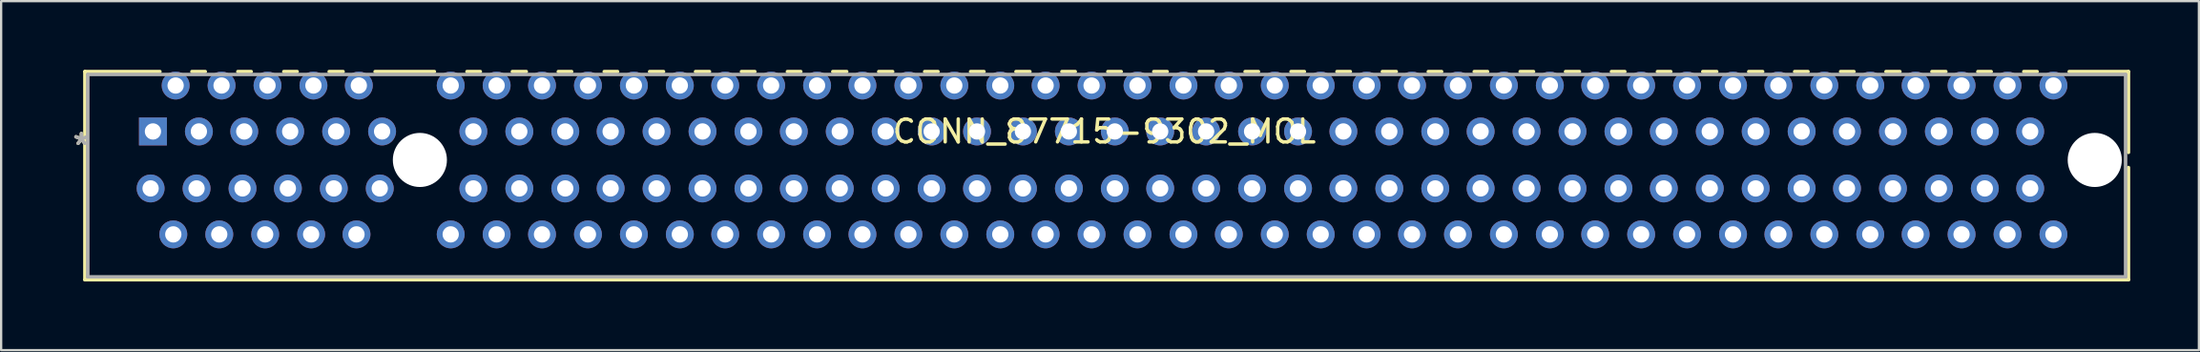
<source format=kicad_pcb>
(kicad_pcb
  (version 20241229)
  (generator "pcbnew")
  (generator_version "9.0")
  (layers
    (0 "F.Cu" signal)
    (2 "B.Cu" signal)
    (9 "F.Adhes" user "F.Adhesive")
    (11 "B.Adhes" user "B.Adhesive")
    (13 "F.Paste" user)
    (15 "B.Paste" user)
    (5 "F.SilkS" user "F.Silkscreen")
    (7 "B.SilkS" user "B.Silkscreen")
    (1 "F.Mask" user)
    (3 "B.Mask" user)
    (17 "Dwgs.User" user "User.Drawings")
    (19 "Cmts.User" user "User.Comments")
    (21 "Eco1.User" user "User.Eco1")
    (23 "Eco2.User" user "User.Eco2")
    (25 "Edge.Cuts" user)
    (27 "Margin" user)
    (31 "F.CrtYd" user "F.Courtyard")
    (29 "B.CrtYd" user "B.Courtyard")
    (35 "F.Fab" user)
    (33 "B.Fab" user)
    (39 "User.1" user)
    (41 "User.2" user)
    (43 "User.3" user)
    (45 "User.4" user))
  (footprint "CONN_87715-9302_MOL"
    (layer "F.Cu")
    (at 3.63 2.692)
    (property "Reference" "CONN_87715-9302_MOL" (at 41.554 0 0) (layer "F.SilkS") (effects (font (size 1 1) (thickness 0.15))))
    (attr through_hole)
    (fp_line (start -2.972 -2.616) (end -2.972 6.477) (stroke (width 0.152) (type solid)) (layer "F.SilkS"))
    (fp_line (start -2.972 6.477) (end 86.284 6.477) (stroke (width 0.152) (type solid)) (layer "F.SilkS"))
    (fp_line (start 0.305 -2.616) (end -2.972 -2.616) (stroke (width 0.152) (type solid)) (layer "F.SilkS"))
    (fp_line (start 2.286 -2.616) (end 1.702 -2.616) (stroke (width 0.152) (type solid)) (layer "F.SilkS"))
    (fp_line (start 4.293 -2.616) (end 3.708 -2.616) (stroke (width 0.152) (type solid)) (layer "F.SilkS"))
    (fp_line (start 6.299 -2.616) (end 5.715 -2.616) (stroke (width 0.152) (type solid)) (layer "F.SilkS"))
    (fp_line (start 8.306 -2.616) (end 7.696 -2.616) (stroke (width 0.152) (type solid)) (layer "F.SilkS"))
    (fp_line (start 12.294 -2.616) (end 9.703 -2.616) (stroke (width 0.152) (type solid)) (layer "F.SilkS"))
    (fp_line (start 14.3 -2.616) (end 13.716 -2.616) (stroke (width 0.152) (type solid)) (layer "F.SilkS"))
    (fp_line (start 16.307 -2.616) (end 15.697 -2.616) (stroke (width 0.152) (type solid)) (layer "F.SilkS"))
    (fp_line (start 18.288 -2.616) (end 17.704 -2.616) (stroke (width 0.152) (type solid)) (layer "F.SilkS"))
    (fp_line (start 20.295 -2.616) (end 19.71 -2.616) (stroke (width 0.152) (type solid)) (layer "F.SilkS"))
    (fp_line (start 22.301 -2.616) (end 21.692 -2.616) (stroke (width 0.152) (type solid)) (layer "F.SilkS"))
    (fp_line (start 24.308 -2.616) (end 23.698 -2.616) (stroke (width 0.152) (type solid)) (layer "F.SilkS"))
    (fp_line (start 26.289 -2.616) (end 25.705 -2.616) (stroke (width 0.152) (type solid)) (layer "F.SilkS"))
    (fp_line (start 28.296 -2.616) (end 27.711 -2.616) (stroke (width 0.152) (type solid)) (layer "F.SilkS"))
    (fp_line (start 30.302 -2.616) (end 29.693 -2.616) (stroke (width 0.152) (type solid)) (layer "F.SilkS"))
    (fp_line (start 32.309 -2.616) (end 31.699 -2.616) (stroke (width 0.152) (type solid)) (layer "F.SilkS"))
    (fp_line (start 34.29 -2.616) (end 33.706 -2.616) (stroke (width 0.152) (type solid)) (layer "F.SilkS"))
    (fp_line (start 36.297 -2.616) (end 35.712 -2.616) (stroke (width 0.152) (type solid)) (layer "F.SilkS"))
    (fp_line (start 38.303 -2.616) (end 37.694 -2.616) (stroke (width 0.152) (type solid)) (layer "F.SilkS"))
    (fp_line (start 40.284 -2.616) (end 39.7 -2.616) (stroke (width 0.152) (type solid)) (layer "F.SilkS"))
    (fp_line (start 42.291 -2.616) (end 41.707 -2.616) (stroke (width 0.152) (type solid)) (layer "F.SilkS"))
    (fp_line (start 44.298 -2.616) (end 43.713 -2.616) (stroke (width 0.152) (type solid)) (layer "F.SilkS"))
    (fp_line (start 46.304 -2.616) (end 45.695 -2.616) (stroke (width 0.152) (type solid)) (layer "F.SilkS"))
    (fp_line (start 48.285 -2.616) (end 47.701 -2.616) (stroke (width 0.152) (type solid)) (layer "F.SilkS"))
    (fp_line (start 50.292 -2.616) (end 49.708 -2.616) (stroke (width 0.152) (type solid)) (layer "F.SilkS"))
    (fp_line (start 52.299 -2.616) (end 51.714 -2.616) (stroke (width 0.152) (type solid)) (layer "F.SilkS"))
    (fp_line (start 54.305 -2.616) (end 53.696 -2.616) (stroke (width 0.152) (type solid)) (layer "F.SilkS"))
    (fp_line (start 56.286 -2.616) (end 55.702 -2.616) (stroke (width 0.152) (type solid)) (layer "F.SilkS"))
    (fp_line (start 58.293 -2.616) (end 57.709 -2.616) (stroke (width 0.152) (type solid)) (layer "F.SilkS"))
    (fp_line (start 60.3 -2.616) (end 59.715 -2.616) (stroke (width 0.152) (type solid)) (layer "F.SilkS"))
    (fp_line (start 62.306 -2.616) (end 61.697 -2.616) (stroke (width 0.152) (type solid)) (layer "F.SilkS"))
    (fp_line (start 64.287 -2.616) (end 63.703 -2.616) (stroke (width 0.152) (type solid)) (layer "F.SilkS"))
    (fp_line (start 66.294 -2.616) (end 65.71 -2.616) (stroke (width 0.152) (type solid)) (layer "F.SilkS"))
    (fp_line (start 68.301 -2.616) (end 67.691 -2.616) (stroke (width 0.152) (type solid)) (layer "F.SilkS"))
    (fp_line (start 70.307 -2.616) (end 69.698 -2.616) (stroke (width 0.152) (type solid)) (layer "F.SilkS"))
    (fp_line (start 72.288 -2.616) (end 71.704 -2.616) (stroke (width 0.152) (type solid)) (layer "F.SilkS"))
    (fp_line (start 74.295 -2.616) (end 73.711 -2.616) (stroke (width 0.152) (type solid)) (layer "F.SilkS"))
    (fp_line (start 76.302 -2.616) (end 75.692 -2.616) (stroke (width 0.152) (type solid)) (layer "F.SilkS"))
    (fp_line (start 78.308 -2.616) (end 77.699 -2.616) (stroke (width 0.152) (type solid)) (layer "F.SilkS"))
    (fp_line (start 80.289 -2.616) (end 79.705 -2.616) (stroke (width 0.152) (type solid)) (layer "F.SilkS"))
    (fp_line (start 82.296 -2.616) (end 81.712 -2.616) (stroke (width 0.152) (type solid)) (layer "F.SilkS"))
    (fp_line (start 86.284 -2.616) (end 83.693 -2.616) (stroke (width 0.152) (type solid)) (layer "F.SilkS"))
    (fp_line (start 86.284 0.914) (end 86.284 -2.616) (stroke (width 0.152) (type solid)) (layer "F.SilkS"))
    (fp_line (start 86.284 6.477) (end 86.284 1.575) (stroke (width 0.152) (type solid)) (layer "F.SilkS"))
    (fp_line (start -2.845 -2.489) (end -2.845 6.35) (stroke (width 0.152) (type solid)) (layer "F.Fab"))
    (fp_line (start -2.845 6.35) (end 86.157 6.35) (stroke (width 0.152) (type solid)) (layer "F.Fab"))
    (fp_line (start 86.157 -2.489) (end -2.845 -2.489) (stroke (width 0.152) (type solid)) (layer "F.Fab"))
    (fp_line (start 86.157 6.35) (end 86.157 -2.489) (stroke (width 0.152) (type solid)) (layer "F.Fab"))
    (fp_text user "*" (at -3.124 0.635 0) (layer "F.SilkS") (effects (font (size 1 1) (thickness 0.15))))
    (fp_text user "*" (at -3.124 0.635 0) (layer "F.Fab") (effects (font (size 1 1) (thickness 0.15))))
    (pad "" np_thru_hole circle (at 11.659 1.245) (size 2.362 2.362) (drill 2.362) (layers "*.Cu" "*.Mask"))
    (pad "" np_thru_hole circle (at 84.811 1.245) (size 2.362 2.362) (drill 2.362) (layers "*.Cu" "*.Mask"))
    (pad "A1" thru_hole rect (at 0 0) (size 1.219 1.219) (drill 0.711) (layers "*.Cu" "*.Mask"))
    (pad "A2" thru_hole circle (at 0.991 -2.007) (size 1.219 1.219) (drill 0.711) (layers "*.Cu" "*.Mask"))
    (pad "A3" thru_hole circle (at 2.007 0) (size 1.219 1.219) (drill 0.711) (layers "*.Cu" "*.Mask"))
    (pad "A4" thru_hole circle (at 2.997 -2.007) (size 1.219 1.219) (drill 0.711) (layers "*.Cu" "*.Mask"))
    (pad "A5" thru_hole circle (at 3.988 0) (size 1.219 1.219) (drill 0.711) (layers "*.Cu" "*.Mask"))
    (pad "A6" thru_hole circle (at 5.004 -2.007) (size 1.219 1.219) (drill 0.711) (layers "*.Cu" "*.Mask"))
    (pad "A7" thru_hole circle (at 5.994 0) (size 1.219 1.219) (drill 0.711) (layers "*.Cu" "*.Mask"))
    (pad "A8" thru_hole circle (at 7.01 -2.007) (size 1.219 1.219) (drill 0.711) (layers "*.Cu" "*.Mask"))
    (pad "A9" thru_hole circle (at 8.001 0) (size 1.219 1.219) (drill 0.711) (layers "*.Cu" "*.Mask"))
    (pad "A10" thru_hole circle (at 8.992 -2.007) (size 1.219 1.219) (drill 0.711) (layers "*.Cu" "*.Mask"))
    (pad "A11" thru_hole circle (at 10.008 0) (size 1.219 1.219) (drill 0.711) (layers "*.Cu" "*.Mask"))
    (pad "A12" thru_hole circle (at 13.005 -2.007) (size 1.219 1.219) (drill 0.711) (layers "*.Cu" "*.Mask"))
    (pad "A13" thru_hole circle (at 13.995 0) (size 1.219 1.219) (drill 0.711) (layers "*.Cu" "*.Mask"))
    (pad "A14" thru_hole circle (at 15.011 -2.007) (size 1.219 1.219) (drill 0.711) (layers "*.Cu" "*.Mask"))
    (pad "A15" thru_hole circle (at 16.002 0) (size 1.219 1.219) (drill 0.711) (layers "*.Cu" "*.Mask"))
    (pad "A16" thru_hole circle (at 16.993 -2.007) (size 1.219 1.219) (drill 0.711) (layers "*.Cu" "*.Mask"))
    (pad "A17" thru_hole circle (at 18.009 0) (size 1.219 1.219) (drill 0.711) (layers "*.Cu" "*.Mask"))
    (pad "A18" thru_hole circle (at 18.999 -2.007) (size 1.219 1.219) (drill 0.711) (layers "*.Cu" "*.Mask"))
    (pad "A19" thru_hole circle (at 19.99 0) (size 1.219 1.219) (drill 0.711) (layers "*.Cu" "*.Mask"))
    (pad "A20" thru_hole circle (at 21.006 -2.007) (size 1.219 1.219) (drill 0.711) (layers "*.Cu" "*.Mask"))
    (pad "A21" thru_hole circle (at 21.996 0) (size 1.219 1.219) (drill 0.711) (layers "*.Cu" "*.Mask"))
    (pad "A22" thru_hole circle (at 23.012 -2.007) (size 1.219 1.219) (drill 0.711) (layers "*.Cu" "*.Mask"))
    (pad "A23" thru_hole circle (at 24.003 0) (size 1.219 1.219) (drill 0.711) (layers "*.Cu" "*.Mask"))
    (pad "A24" thru_hole circle (at 24.994 -2.007) (size 1.219 1.219) (drill 0.711) (layers "*.Cu" "*.Mask"))
    (pad "A25" thru_hole circle (at 26.01 0) (size 1.219 1.219) (drill 0.711) (layers "*.Cu" "*.Mask"))
    (pad "A26" thru_hole circle (at 27 -2.007) (size 1.219 1.219) (drill 0.711) (layers "*.Cu" "*.Mask"))
    (pad "A27" thru_hole circle (at 27.991 0) (size 1.219 1.219) (drill 0.711) (layers "*.Cu" "*.Mask"))
    (pad "A28" thru_hole circle (at 29.007 -2.007) (size 1.219 1.219) (drill 0.711) (layers "*.Cu" "*.Mask"))
    (pad "A29" thru_hole circle (at 29.997 0) (size 1.219 1.219) (drill 0.711) (layers "*.Cu" "*.Mask"))
    (pad "A30" thru_hole circle (at 30.988 -2.007) (size 1.219 1.219) (drill 0.711) (layers "*.Cu" "*.Mask"))
    (pad "A31" thru_hole circle (at 32.004 0) (size 1.219 1.219) (drill 0.711) (layers "*.Cu" "*.Mask"))
    (pad "A32" thru_hole circle (at 32.995 -2.007) (size 1.219 1.219) (drill 0.711) (layers "*.Cu" "*.Mask"))
    (pad "A33" thru_hole circle (at 34.011 0) (size 1.219 1.219) (drill 0.711) (layers "*.Cu" "*.Mask"))
    (pad "A34" thru_hole circle (at 35.001 -2.007) (size 1.219 1.219) (drill 0.711) (layers "*.Cu" "*.Mask"))
    (pad "A35" thru_hole circle (at 35.992 0) (size 1.219 1.219) (drill 0.711) (layers "*.Cu" "*.Mask"))
    (pad "A36" thru_hole circle (at 37.008 -2.007) (size 1.219 1.219) (drill 0.711) (layers "*.Cu" "*.Mask"))
    (pad "A37" thru_hole circle (at 37.998 0) (size 1.219 1.219) (drill 0.711) (layers "*.Cu" "*.Mask"))
    (pad "A38" thru_hole circle (at 38.989 -2.007) (size 1.219 1.219) (drill 0.711) (layers "*.Cu" "*.Mask"))
    (pad "A39" thru_hole circle (at 40.005 0) (size 1.219 1.219) (drill 0.711) (layers "*.Cu" "*.Mask"))
    (pad "A40" thru_hole circle (at 40.996 -2.007) (size 1.219 1.219) (drill 0.711) (layers "*.Cu" "*.Mask"))
    (pad "A41" thru_hole circle (at 42.012 0) (size 1.219 1.219) (drill 0.711) (layers "*.Cu" "*.Mask"))
    (pad "A42" thru_hole circle (at 43.002 -2.007) (size 1.219 1.219) (drill 0.711) (layers "*.Cu" "*.Mask"))
    (pad "A43" thru_hole circle (at 43.993 0) (size 1.219 1.219) (drill 0.711) (layers "*.Cu" "*.Mask"))
    (pad "A44" thru_hole circle (at 45.009 -2.007) (size 1.219 1.219) (drill 0.711) (layers "*.Cu" "*.Mask"))
    (pad "A45" thru_hole circle (at 45.999 0) (size 1.219 1.219) (drill 0.711) (layers "*.Cu" "*.Mask"))
    (pad "A46" thru_hole circle (at 46.99 -2.007) (size 1.219 1.219) (drill 0.711) (layers "*.Cu" "*.Mask"))
    (pad "A47" thru_hole circle (at 48.006 0) (size 1.219 1.219) (drill 0.711) (layers "*.Cu" "*.Mask"))
    (pad "A48" thru_hole circle (at 48.997 -2.007) (size 1.219 1.219) (drill 0.711) (layers "*.Cu" "*.Mask"))
    (pad "A49" thru_hole circle (at 50.013 0) (size 1.219 1.219) (drill 0.711) (layers "*.Cu" "*.Mask"))
    (pad "A50" thru_hole circle (at 51.003 -2.007) (size 1.219 1.219) (drill 0.711) (layers "*.Cu" "*.Mask"))
    (pad "A51" thru_hole circle (at 51.994 0) (size 1.219 1.219) (drill 0.711) (layers "*.Cu" "*.Mask"))
    (pad "A52" thru_hole circle (at 53.01 -2.007) (size 1.219 1.219) (drill 0.711) (layers "*.Cu" "*.Mask"))
    (pad "A53" thru_hole circle (at 54 0) (size 1.219 1.219) (drill 0.711) (layers "*.Cu" "*.Mask"))
    (pad "A54" thru_hole circle (at 54.991 -2.007) (size 1.219 1.219) (drill 0.711) (layers "*.Cu" "*.Mask"))
    (pad "A55" thru_hole circle (at 56.007 0) (size 1.219 1.219) (drill 0.711) (layers "*.Cu" "*.Mask"))
    (pad "A56" thru_hole circle (at 56.998 -2.007) (size 1.219 1.219) (drill 0.711) (layers "*.Cu" "*.Mask"))
    (pad "A57" thru_hole circle (at 57.988 0) (size 1.219 1.219) (drill 0.711) (layers "*.Cu" "*.Mask"))
    (pad "A58" thru_hole circle (at 59.004 -2.007) (size 1.219 1.219) (drill 0.711) (layers "*.Cu" "*.Mask"))
    (pad "A59" thru_hole circle (at 59.995 0) (size 1.219 1.219) (drill 0.711) (layers "*.Cu" "*.Mask"))
    (pad "A60" thru_hole circle (at 61.011 -2.007) (size 1.219 1.219) (drill 0.711) (layers "*.Cu" "*.Mask"))
    (pad "A61" thru_hole circle (at 62.001 0) (size 1.219 1.219) (drill 0.711) (layers "*.Cu" "*.Mask"))
    (pad "A62" thru_hole circle (at 62.992 -2.007) (size 1.219 1.219) (drill 0.711) (layers "*.Cu" "*.Mask"))
    (pad "A63" thru_hole circle (at 64.008 0) (size 1.219 1.219) (drill 0.711) (layers "*.Cu" "*.Mask"))
    (pad "A64" thru_hole circle (at 64.999 -2.007) (size 1.219 1.219) (drill 0.711) (layers "*.Cu" "*.Mask"))
    (pad "A65" thru_hole circle (at 65.989 0) (size 1.219 1.219) (drill 0.711) (layers "*.Cu" "*.Mask"))
    (pad "A66" thru_hole circle (at 67.005 -2.007) (size 1.219 1.219) (drill 0.711) (layers "*.Cu" "*.Mask"))
    (pad "A67" thru_hole circle (at 67.996 0) (size 1.219 1.219) (drill 0.711) (layers "*.Cu" "*.Mask"))
    (pad "A68" thru_hole circle (at 69.012 -2.007) (size 1.219 1.219) (drill 0.711) (layers "*.Cu" "*.Mask"))
    (pad "A69" thru_hole circle (at 70.002 0) (size 1.219 1.219) (drill 0.711) (layers "*.Cu" "*.Mask"))
    (pad "A70" thru_hole circle (at 70.993 -2.007) (size 1.219 1.219) (drill 0.711) (layers "*.Cu" "*.Mask"))
    (pad "A71" thru_hole circle (at 72.009 0) (size 1.219 1.219) (drill 0.711) (layers "*.Cu" "*.Mask"))
    (pad "A72" thru_hole circle (at 73 -2.007) (size 1.219 1.219) (drill 0.711) (layers "*.Cu" "*.Mask"))
    (pad "A73" thru_hole circle (at 73.99 0) (size 1.219 1.219) (drill 0.711) (layers "*.Cu" "*.Mask"))
    (pad "A74" thru_hole circle (at 75.006 -2.007) (size 1.219 1.219) (drill 0.711) (layers "*.Cu" "*.Mask"))
    (pad "A75" thru_hole circle (at 75.997 0) (size 1.219 1.219) (drill 0.711) (layers "*.Cu" "*.Mask"))
    (pad "A76" thru_hole circle (at 76.987 -2.007) (size 1.219 1.219) (drill 0.711) (layers "*.Cu" "*.Mask"))
    (pad "A77" thru_hole circle (at 78.003 0) (size 1.219 1.219) (drill 0.711) (layers "*.Cu" "*.Mask"))
    (pad "A78" thru_hole circle (at 78.994 -2.007) (size 1.219 1.219) (drill 0.711) (layers "*.Cu" "*.Mask"))
    (pad "A79" thru_hole circle (at 80.01 0) (size 1.219 1.219) (drill 0.711) (layers "*.Cu" "*.Mask"))
    (pad "A80" thru_hole circle (at 81.001 -2.007) (size 1.219 1.219) (drill 0.711) (layers "*.Cu" "*.Mask"))
    (pad "A81" thru_hole circle (at 81.991 0) (size 1.219 1.219) (drill 0.711) (layers "*.Cu" "*.Mask"))
    (pad "A82" thru_hole circle (at 83.007 -2.007) (size 1.219 1.219) (drill 0.711) (layers "*.Cu" "*.Mask"))
    (pad "B1" thru_hole circle (at -0.102 2.489) (size 1.219 1.219) (drill 0.711) (layers "*.Cu" "*.Mask"))
    (pad "B2" thru_hole circle (at 0.889 4.496) (size 1.219 1.219) (drill 0.711) (layers "*.Cu" "*.Mask"))
    (pad "B3" thru_hole circle (at 1.905 2.489) (size 1.219 1.219) (drill 0.711) (layers "*.Cu" "*.Mask"))
    (pad "B4" thru_hole circle (at 2.896 4.496) (size 1.219 1.219) (drill 0.711) (layers "*.Cu" "*.Mask"))
    (pad "B5" thru_hole circle (at 3.912 2.489) (size 1.219 1.219) (drill 0.711) (layers "*.Cu" "*.Mask"))
    (pad "B6" thru_hole circle (at 4.902 4.496) (size 1.219 1.219) (drill 0.711) (layers "*.Cu" "*.Mask"))
    (pad "B7" thru_hole circle (at 5.893 2.489) (size 1.219 1.219) (drill 0.711) (layers "*.Cu" "*.Mask"))
    (pad "B8" thru_hole circle (at 6.909 4.496) (size 1.219 1.219) (drill 0.711) (layers "*.Cu" "*.Mask"))
    (pad "B9" thru_hole circle (at 7.899 2.489) (size 1.219 1.219) (drill 0.711) (layers "*.Cu" "*.Mask"))
    (pad "B10" thru_hole circle (at 8.89 4.496) (size 1.219 1.219) (drill 0.711) (layers "*.Cu" "*.Mask"))
    (pad "B11" thru_hole circle (at 9.906 2.489) (size 1.219 1.219) (drill 0.711) (layers "*.Cu" "*.Mask"))
    (pad "B12" thru_hole circle (at 13.005 4.496) (size 1.219 1.219) (drill 0.711) (layers "*.Cu" "*.Mask"))
    (pad "B13" thru_hole circle (at 13.995 2.489) (size 1.219 1.219) (drill 0.711) (layers "*.Cu" "*.Mask"))
    (pad "B14" thru_hole circle (at 15.011 4.496) (size 1.219 1.219) (drill 0.711) (layers "*.Cu" "*.Mask"))
    (pad "B15" thru_hole circle (at 16.002 2.489) (size 1.219 1.219) (drill 0.711) (layers "*.Cu" "*.Mask"))
    (pad "B16" thru_hole circle (at 16.993 4.496) (size 1.219 1.219) (drill 0.711) (layers "*.Cu" "*.Mask"))
    (pad "B17" thru_hole circle (at 18.009 2.489) (size 1.219 1.219) (drill 0.711) (layers "*.Cu" "*.Mask"))
    (pad "B18" thru_hole circle (at 18.999 4.496) (size 1.219 1.219) (drill 0.711) (layers "*.Cu" "*.Mask"))
    (pad "B19" thru_hole circle (at 19.99 2.489) (size 1.219 1.219) (drill 0.711) (layers "*.Cu" "*.Mask"))
    (pad "B20" thru_hole circle (at 21.006 4.496) (size 1.219 1.219) (drill 0.711) (layers "*.Cu" "*.Mask"))
    (pad "B21" thru_hole circle (at 21.996 2.489) (size 1.219 1.219) (drill 0.711) (layers "*.Cu" "*.Mask"))
    (pad "B22" thru_hole circle (at 23.012 4.496) (size 1.219 1.219) (drill 0.711) (layers "*.Cu" "*.Mask"))
    (pad "B23" thru_hole circle (at 24.003 2.489) (size 1.219 1.219) (drill 0.711) (layers "*.Cu" "*.Mask"))
    (pad "B24" thru_hole circle (at 24.994 4.496) (size 1.219 1.219) (drill 0.711) (layers "*.Cu" "*.Mask"))
    (pad "B25" thru_hole circle (at 26.01 2.489) (size 1.219 1.219) (drill 0.711) (layers "*.Cu" "*.Mask"))
    (pad "B26" thru_hole circle (at 27 4.496) (size 1.219 1.219) (drill 0.711) (layers "*.Cu" "*.Mask"))
    (pad "B27" thru_hole circle (at 27.991 2.489) (size 1.219 1.219) (drill 0.711) (layers "*.Cu" "*.Mask"))
    (pad "B28" thru_hole circle (at 29.007 4.496) (size 1.219 1.219) (drill 0.711) (layers "*.Cu" "*.Mask"))
    (pad "B29" thru_hole circle (at 29.997 2.489) (size 1.219 1.219) (drill 0.711) (layers "*.Cu" "*.Mask"))
    (pad "B30" thru_hole circle (at 30.988 4.496) (size 1.219 1.219) (drill 0.711) (layers "*.Cu" "*.Mask"))
    (pad "B31" thru_hole circle (at 32.004 2.489) (size 1.219 1.219) (drill 0.711) (layers "*.Cu" "*.Mask"))
    (pad "B32" thru_hole circle (at 32.995 4.496) (size 1.219 1.219) (drill 0.711) (layers "*.Cu" "*.Mask"))
    (pad "B33" thru_hole circle (at 34.011 2.489) (size 1.219 1.219) (drill 0.711) (layers "*.Cu" "*.Mask"))
    (pad "B34" thru_hole circle (at 35.001 4.496) (size 1.219 1.219) (drill 0.711) (layers "*.Cu" "*.Mask"))
    (pad "B35" thru_hole circle (at 35.992 2.489) (size 1.219 1.219) (drill 0.711) (layers "*.Cu" "*.Mask"))
    (pad "B36" thru_hole circle (at 37.008 4.496) (size 1.219 1.219) (drill 0.711) (layers "*.Cu" "*.Mask"))
    (pad "B37" thru_hole circle (at 37.998 2.489) (size 1.219 1.219) (drill 0.711) (layers "*.Cu" "*.Mask"))
    (pad "B38" thru_hole circle (at 38.989 4.496) (size 1.219 1.219) (drill 0.711) (layers "*.Cu" "*.Mask"))
    (pad "B39" thru_hole circle (at 40.005 2.489) (size 1.219 1.219) (drill 0.711) (layers "*.Cu" "*.Mask"))
    (pad "B40" thru_hole circle (at 40.996 4.496) (size 1.219 1.219) (drill 0.711) (layers "*.Cu" "*.Mask"))
    (pad "B41" thru_hole circle (at 42.012 2.489) (size 1.219 1.219) (drill 0.711) (layers "*.Cu" "*.Mask"))
    (pad "B42" thru_hole circle (at 43.002 4.496) (size 1.219 1.219) (drill 0.711) (layers "*.Cu" "*.Mask"))
    (pad "B43" thru_hole circle (at 43.993 2.489) (size 1.219 1.219) (drill 0.711) (layers "*.Cu" "*.Mask"))
    (pad "B44" thru_hole circle (at 45.009 4.496) (size 1.219 1.219) (drill 0.711) (layers "*.Cu" "*.Mask"))
    (pad "B45" thru_hole circle (at 45.999 2.489) (size 1.219 1.219) (drill 0.711) (layers "*.Cu" "*.Mask"))
    (pad "B46" thru_hole circle (at 46.99 4.496) (size 1.219 1.219) (drill 0.711) (layers "*.Cu" "*.Mask"))
    (pad "B47" thru_hole circle (at 48.006 2.489) (size 1.219 1.219) (drill 0.711) (layers "*.Cu" "*.Mask"))
    (pad "B48" thru_hole circle (at 48.997 4.496) (size 1.219 1.219) (drill 0.711) (layers "*.Cu" "*.Mask"))
    (pad "B49" thru_hole circle (at 50.013 2.489) (size 1.219 1.219) (drill 0.711) (layers "*.Cu" "*.Mask"))
    (pad "B50" thru_hole circle (at 51.003 4.496) (size 1.219 1.219) (drill 0.711) (layers "*.Cu" "*.Mask"))
    (pad "B51" thru_hole circle (at 51.994 2.489) (size 1.219 1.219) (drill 0.711) (layers "*.Cu" "*.Mask"))
    (pad "B52" thru_hole circle (at 53.01 4.496) (size 1.219 1.219) (drill 0.711) (layers "*.Cu" "*.Mask"))
    (pad "B53" thru_hole circle (at 54 2.489) (size 1.219 1.219) (drill 0.711) (layers "*.Cu" "*.Mask"))
    (pad "B54" thru_hole circle (at 54.991 4.496) (size 1.219 1.219) (drill 0.711) (layers "*.Cu" "*.Mask"))
    (pad "B55" thru_hole circle (at 56.007 2.489) (size 1.219 1.219) (drill 0.711) (layers "*.Cu" "*.Mask"))
    (pad "B56" thru_hole circle (at 56.998 4.496) (size 1.219 1.219) (drill 0.711) (layers "*.Cu" "*.Mask"))
    (pad "B57" thru_hole circle (at 57.988 2.489) (size 1.219 1.219) (drill 0.711) (layers "*.Cu" "*.Mask"))
    (pad "B58" thru_hole circle (at 59.004 4.496) (size 1.219 1.219) (drill 0.711) (layers "*.Cu" "*.Mask"))
    (pad "B59" thru_hole circle (at 59.995 2.489) (size 1.219 1.219) (drill 0.711) (layers "*.Cu" "*.Mask"))
    (pad "B60" thru_hole circle (at 61.011 4.496) (size 1.219 1.219) (drill 0.711) (layers "*.Cu" "*.Mask"))
    (pad "B61" thru_hole circle (at 62.001 2.489) (size 1.219 1.219) (drill 0.711) (layers "*.Cu" "*.Mask"))
    (pad "B62" thru_hole circle (at 62.992 4.496) (size 1.219 1.219) (drill 0.711) (layers "*.Cu" "*.Mask"))
    (pad "B63" thru_hole circle (at 64.008 2.489) (size 1.219 1.219) (drill 0.711) (layers "*.Cu" "*.Mask"))
    (pad "B64" thru_hole circle (at 64.999 4.496) (size 1.219 1.219) (drill 0.711) (layers "*.Cu" "*.Mask"))
    (pad "B65" thru_hole circle (at 65.989 2.489) (size 1.219 1.219) (drill 0.711) (layers "*.Cu" "*.Mask"))
    (pad "B66" thru_hole circle (at 67.005 4.496) (size 1.219 1.219) (drill 0.711) (layers "*.Cu" "*.Mask"))
    (pad "B67" thru_hole circle (at 67.996 2.489) (size 1.219 1.219) (drill 0.711) (layers "*.Cu" "*.Mask"))
    (pad "B68" thru_hole circle (at 69.012 4.496) (size 1.219 1.219) (drill 0.711) (layers "*.Cu" "*.Mask"))
    (pad "B69" thru_hole circle (at 70.002 2.489) (size 1.219 1.219) (drill 0.711) (layers "*.Cu" "*.Mask"))
    (pad "B70" thru_hole circle (at 70.993 4.496) (size 1.219 1.219) (drill 0.711) (layers "*.Cu" "*.Mask"))
    (pad "B71" thru_hole circle (at 72.009 2.489) (size 1.219 1.219) (drill 0.711) (layers "*.Cu" "*.Mask"))
    (pad "B72" thru_hole circle (at 73 4.496) (size 1.219 1.219) (drill 0.711) (layers "*.Cu" "*.Mask"))
    (pad "B73" thru_hole circle (at 73.99 2.489) (size 1.219 1.219) (drill 0.711) (layers "*.Cu" "*.Mask"))
    (pad "B74" thru_hole circle (at 75.006 4.496) (size 1.219 1.219) (drill 0.711) (layers "*.Cu" "*.Mask"))
    (pad "B75" thru_hole circle (at 75.997 2.489) (size 1.219 1.219) (drill 0.711) (layers "*.Cu" "*.Mask"))
    (pad "B76" thru_hole circle (at 76.987 4.496) (size 1.219 1.219) (drill 0.711) (layers "*.Cu" "*.Mask"))
    (pad "B77" thru_hole circle (at 78.003 2.489) (size 1.219 1.219) (drill 0.711) (layers "*.Cu" "*.Mask"))
    (pad "B78" thru_hole circle (at 78.994 4.496) (size 1.219 1.219) (drill 0.711) (layers "*.Cu" "*.Mask"))
    (pad "B79" thru_hole circle (at 80.01 2.489) (size 1.219 1.219) (drill 0.711) (layers "*.Cu" "*.Mask"))
    (pad "B80" thru_hole circle (at 81.001 4.496) (size 1.219 1.219) (drill 0.711) (layers "*.Cu" "*.Mask"))
    (pad "B81" thru_hole circle (at 81.991 2.489) (size 1.219 1.219) (drill 0.711) (layers "*.Cu" "*.Mask"))
    (pad "B82" thru_hole circle (at 83.007 4.496) (size 1.219 1.219) (drill 0.711) (layers "*.Cu" "*.Mask")))
  (gr_rect
    (start -3 -3)
    (end 92.99 12.246)
    (stroke (width 0.1) (type default))
    (fill no)
    (layer "Edge.Cuts")))
</source>
